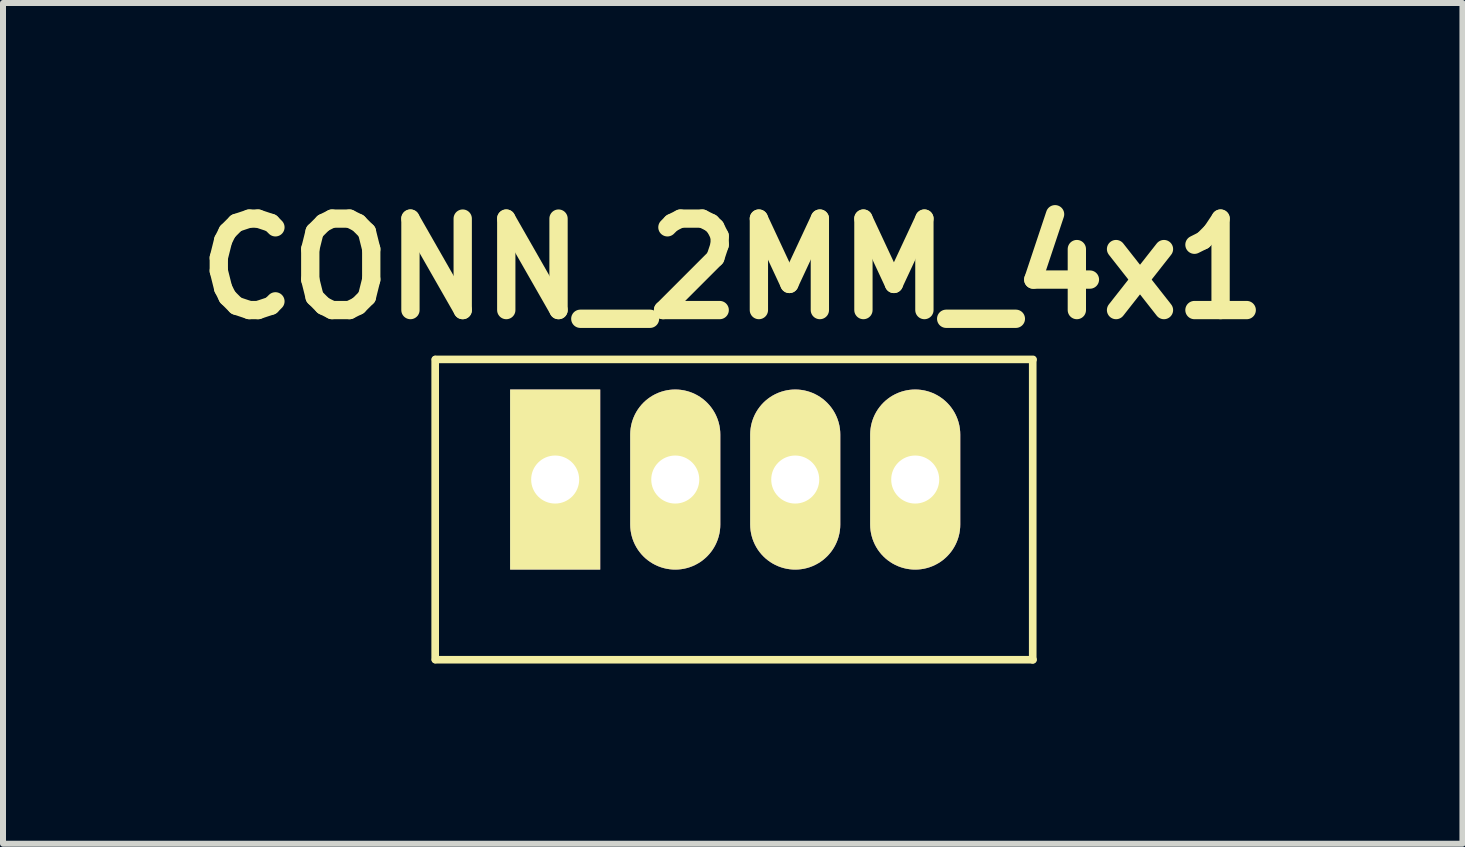
<source format=kicad_pcb>
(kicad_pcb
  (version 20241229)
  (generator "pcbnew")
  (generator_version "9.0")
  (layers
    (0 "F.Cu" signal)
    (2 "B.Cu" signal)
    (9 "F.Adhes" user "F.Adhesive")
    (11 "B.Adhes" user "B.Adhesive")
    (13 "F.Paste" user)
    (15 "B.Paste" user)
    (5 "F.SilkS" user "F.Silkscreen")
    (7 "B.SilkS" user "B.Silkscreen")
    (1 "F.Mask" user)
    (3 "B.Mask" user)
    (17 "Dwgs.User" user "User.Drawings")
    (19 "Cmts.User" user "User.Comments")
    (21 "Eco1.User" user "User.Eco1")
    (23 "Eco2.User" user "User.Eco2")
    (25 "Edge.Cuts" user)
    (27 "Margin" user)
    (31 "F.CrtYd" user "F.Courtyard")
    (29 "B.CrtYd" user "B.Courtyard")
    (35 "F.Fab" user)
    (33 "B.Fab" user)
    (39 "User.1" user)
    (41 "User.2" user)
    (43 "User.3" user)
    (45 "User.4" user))
  (footprint "CONN_2MM_4x1"
    (layer "F.Cu")
    (at 10.2 5.44)
    (property "Reference" "CONN_2MM_4x1" (at -1.041 -4.013 0) (layer "F.SilkS") (effects (font (size 1.524 1.524) (thickness 0.305))))
    (attr through_hole)
    (fp_line (start -5.999 2.499) (end -5.999 -2.499) (stroke (width 0.127) (type solid)) (layer "F.SilkS"))
    (fp_line (start -5.994 -2.502) (end 3.962 -2.502) (stroke (width 0.127) (type solid)) (layer "F.SilkS"))
    (fp_line (start 3.957 2.504) (end 3.957 -2.494) (stroke (width 0.127) (type solid)) (layer "F.SilkS"))
    (fp_line (start 3.962 2.502) (end -5.994 2.502) (stroke (width 0.127) (type solid)) (layer "F.SilkS"))
    (pad "1" thru_hole rect (at -4 -0.5) (size 1.501 3) (drill 0.8) (layers "*.Cu" "*.Mask" "F.SilkS"))
    (pad "2" thru_hole oval (at -1.999 -0.5) (size 1.501 3) (drill 0.8) (layers "*.Cu" "*.Mask" "F.SilkS"))
    (pad "3" thru_hole oval (at 0 -0.5) (size 1.501 3) (drill 0.8) (layers "*.Cu" "*.Mask" "F.SilkS"))
    (pad "4" thru_hole oval (at 1.999 -0.5) (size 1.501 3) (drill 0.8) (layers "*.Cu" "*.Mask" "F.SilkS")))
  (gr_rect
    (start -3 -3)
    (end 21.317 11.008)
    (stroke (width 0.1) (type default))
    (fill no)
    (layer "Edge.Cuts")))
</source>
